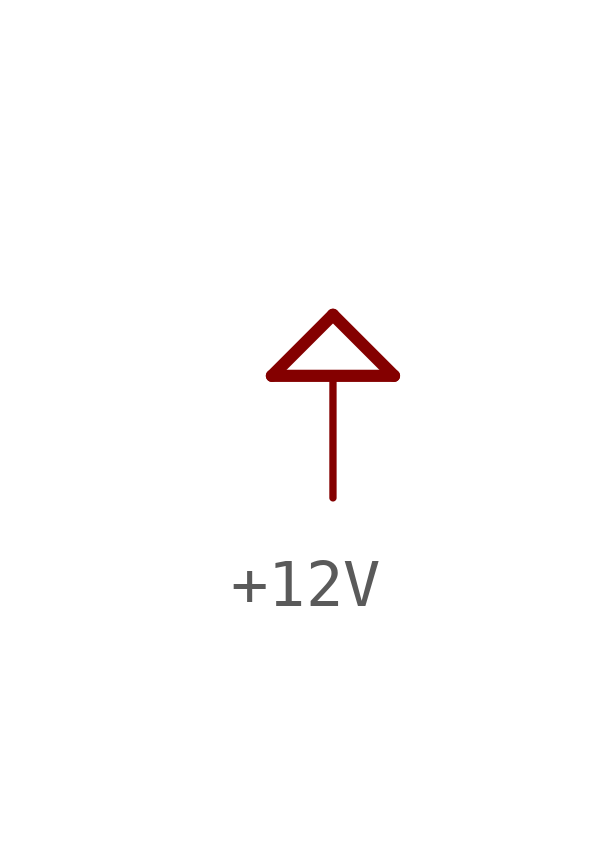
<source format=kicad_sym>
(kicad_symbol_lib
  (version 20231120)
  (generator "kicad_symbol_editor")
  (generator_version "8.0")
  (symbol "+12V"
    (power)
    (property "Reference" "#+12V"
      (at 0 0 0)
      (effects (font (size 1.27 1.27)) (hide yes)))
    (property "Value" ""
      (at -2.54 2.54 0)
      (effects (font (size 1.778 1.778)) (justify left bottom)))
    (property "ki_locked" ""
      (at 0 0 0)
      (effects (font (size 1.27 1.27))))
    (symbol "+12V_1_0"
      (polyline (pts (xy -1.27 0) (xy 1.27 0)) (stroke (width 0.254) (type solid)) (fill (type none)))
      (polyline (pts (xy 0 1.27) (xy -1.27 0)) (stroke (width 0.254) (type solid)) (fill (type none)))
      (polyline (pts (xy 1.27 0) (xy 0 1.27)) (stroke (width 0.254) (type solid)) (fill (type none)))
      (pin power_in line (at 0 -2.54 90) (length 2.54) (name "+12V" (effects (font (size 0 0)))) (number "1" (effects (font (size 0 0))))))))
</source>
